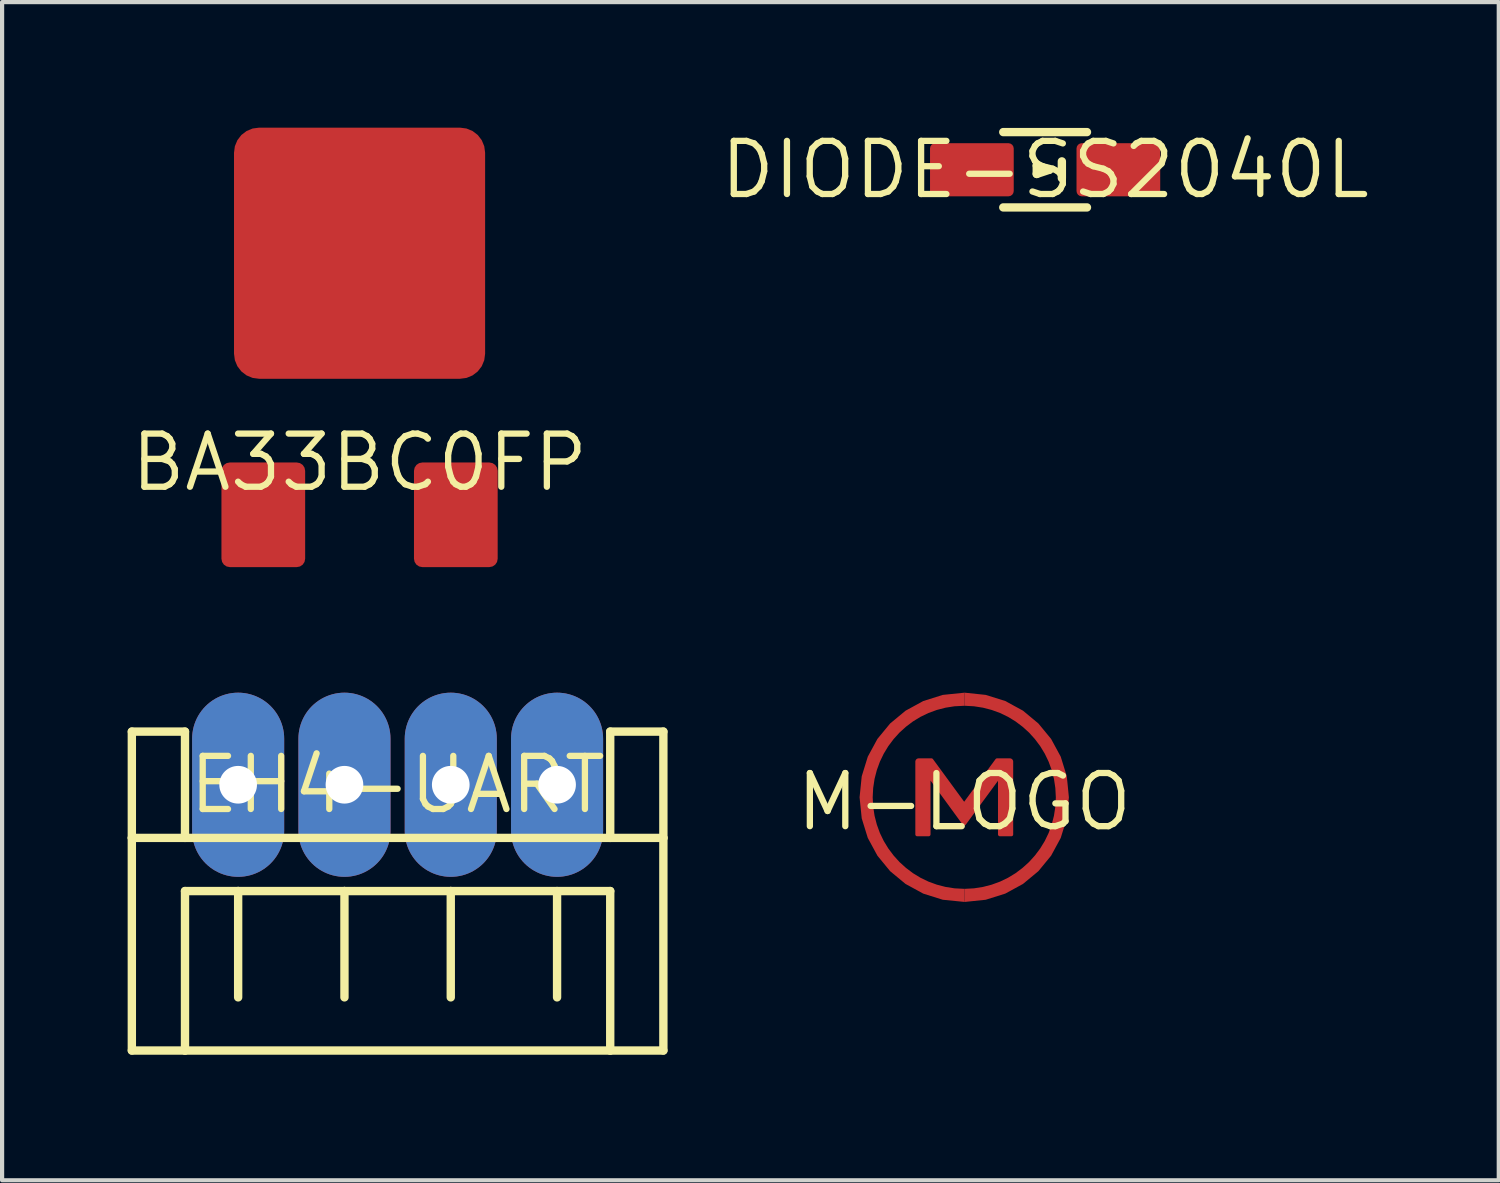
<source format=kicad_pcb>
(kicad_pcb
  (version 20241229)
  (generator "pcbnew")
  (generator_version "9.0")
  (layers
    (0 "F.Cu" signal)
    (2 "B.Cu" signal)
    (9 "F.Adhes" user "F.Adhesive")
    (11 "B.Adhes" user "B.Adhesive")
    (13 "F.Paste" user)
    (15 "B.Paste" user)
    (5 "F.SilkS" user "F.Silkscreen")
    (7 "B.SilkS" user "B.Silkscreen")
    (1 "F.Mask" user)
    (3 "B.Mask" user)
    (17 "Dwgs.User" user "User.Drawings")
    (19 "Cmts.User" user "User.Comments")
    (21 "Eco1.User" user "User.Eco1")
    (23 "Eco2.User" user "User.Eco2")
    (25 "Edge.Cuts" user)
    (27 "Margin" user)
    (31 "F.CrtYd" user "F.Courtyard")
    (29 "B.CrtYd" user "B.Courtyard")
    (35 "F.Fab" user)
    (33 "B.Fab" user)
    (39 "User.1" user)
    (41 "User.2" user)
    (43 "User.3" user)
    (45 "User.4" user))
  (footprint "BA33BC0FP"
    (layer "F.Cu")
    (at 5.541 8)
    (property "Reference" "BA33BC0FP" (at 0 0 0) (layer "F.SilkS") (effects (font (size 1.27 1.27) (thickness 0.15))))
    (pad "GND" smd roundrect (at 0 -5) (size 6 6) (layers "F.Cu" "F.Mask" "F.Paste") (roundrect_rratio 0.1))
    (pad "OUT" smd roundrect (at 2.3 1.25) (size 2 2.5) (layers "F.Cu" "F.Mask" "F.Paste") (roundrect_rratio 0.1))
    (pad "VIN" smd roundrect (at -2.3 1.25) (size 2 2.5) (layers "F.Cu" "F.Mask" "F.Paste") (roundrect_rratio 0.1)))
  (footprint "DIODE-SS2040L"
    (layer "F.Cu")
    (at 21.921 1.006)
    (property "Reference" "DIODE-SS2040L" (at 0 0 0) (layer "F.SilkS") (effects (font (size 1.27 1.27) (thickness 0.15))))
    (fp_line (start -1 -0.9) (end 1 -0.9) (stroke (width 0.2) (type solid)) (layer "F.SilkS"))
    (fp_line (start -1 0.9) (end 1 0.9) (stroke (width 0.2) (type solid)) (layer "F.SilkS"))
    (fp_line (start -0.2 -0.1) (end -0.2 0.1) (stroke (width 0.2) (type solid)) (layer "F.SilkS"))
    (fp_line (start -0.2 0.1) (end 0.1 0) (stroke (width 0.2) (type solid)) (layer "F.SilkS"))
    (fp_line (start 0.1 0) (end -0.2 -0.1) (stroke (width 0.2) (type solid)) (layer "F.SilkS"))
    (fp_line (start 0.4 -0.2) (end 0.4 0.2) (stroke (width 0.2) (type solid)) (layer "F.SilkS"))
    (pad "P$1" smd roundrect (at -1.75 0) (size 2 1.27) (layers "F.Cu" "F.Mask" "F.Paste") (roundrect_rratio 0.1))
    (pad "P$2" smd roundrect (at 1.75 0) (size 2 1.27) (layers "F.Cu" "F.Mask" "F.Paste") (roundrect_rratio 0.1)))
  (footprint "EH4-UART"
    (layer "F.Cu")
    (at 6.45 15.7)
    (property "Reference" "EH4-UART" (at 0 0 0) (layer "F.SilkS") (effects (font (size 1.27 1.27) (thickness 0.15))))
    (fp_line (start -6.35 -1.27) (end -5.08 -1.27) (stroke (width 0.2) (type solid)) (layer "F.SilkS"))
    (fp_line (start -6.35 1.27) (end -6.35 -1.27) (stroke (width 0.2) (type solid)) (layer "F.SilkS"))
    (fp_line (start -6.35 1.27) (end 6.35 1.27) (stroke (width 0.2) (type solid)) (layer "F.SilkS"))
    (fp_line (start -6.35 6.35) (end -6.35 1.27) (stroke (width 0.2) (type solid)) (layer "F.SilkS"))
    (fp_line (start -5.08 -1.27) (end -5.08 1.27) (stroke (width 0.2) (type solid)) (layer "F.SilkS"))
    (fp_line (start -5.08 2.54) (end -3.81 2.54) (stroke (width 0.2) (type solid)) (layer "F.SilkS"))
    (fp_line (start -5.08 6.35) (end -6.35 6.35) (stroke (width 0.2) (type solid)) (layer "F.SilkS"))
    (fp_line (start -5.08 6.35) (end -5.08 2.54) (stroke (width 0.2) (type solid)) (layer "F.SilkS"))
    (fp_line (start -3.81 2.54) (end -1.27 2.54) (stroke (width 0.2) (type solid)) (layer "F.SilkS"))
    (fp_line (start -3.81 5.08) (end -3.81 2.54) (stroke (width 0.2) (type solid)) (layer "F.SilkS"))
    (fp_line (start -1.27 2.54) (end 1.27 2.54) (stroke (width 0.2) (type solid)) (layer "F.SilkS"))
    (fp_line (start -1.27 5.08) (end -1.27 2.54) (stroke (width 0.2) (type solid)) (layer "F.SilkS"))
    (fp_line (start 1.27 2.54) (end 5.08 2.54) (stroke (width 0.2) (type solid)) (layer "F.SilkS"))
    (fp_line (start 1.27 5.08) (end 1.27 2.54) (stroke (width 0.2) (type solid)) (layer "F.SilkS"))
    (fp_line (start 3.81 5.08) (end 3.81 2.54) (stroke (width 0.2) (type solid)) (layer "F.SilkS"))
    (fp_line (start 5.08 -1.27) (end 6.35 -1.27) (stroke (width 0.2) (type solid)) (layer "F.SilkS"))
    (fp_line (start 5.08 1.27) (end 5.08 -1.27) (stroke (width 0.2) (type solid)) (layer "F.SilkS"))
    (fp_line (start 5.08 2.54) (end 5.08 6.35) (stroke (width 0.2) (type solid)) (layer "F.SilkS"))
    (fp_line (start 5.08 6.35) (end -5.08 6.35) (stroke (width 0.2) (type solid)) (layer "F.SilkS"))
    (fp_line (start 6.35 -1.27) (end 6.35 1.27) (stroke (width 0.2) (type solid)) (layer "F.SilkS"))
    (fp_line (start 6.35 1.27) (end 6.35 6.35) (stroke (width 0.2) (type solid)) (layer "F.SilkS"))
    (fp_line (start 6.35 6.35) (end 5.08 6.35) (stroke (width 0.2) (type solid)) (layer "F.SilkS"))
    (pad "1" thru_hole oval (at -3.81 0 90) (size 4.4 2.2) (drill 0.9) (layers "*.Cu" "*.Mask"))
    (pad "2" thru_hole oval (at -1.27 0 90) (size 4.4 2.2) (drill 0.9) (layers "*.Cu" "*.Mask"))
    (pad "3" thru_hole oval (at 1.27 0 90) (size 4.4 2.2) (drill 0.9) (layers "*.Cu" "*.Mask"))
    (pad "4" thru_hole oval (at 3.81 0 90) (size 4.4 2.2) (drill 0.9) (layers "*.Cu" "*.Mask")))
  (footprint "M-LOGO"
    (layer "F.Cu")
    (at 19.989 16.11)
    (property "Reference" "M-LOGO" (at 0 0 0) (layer "F.SilkS") (effects (font (size 1.27 1.27) (thickness 0.15))))
    (fp_poly (pts (xy 0.01 -2.297) (xy -0.232 -2.285) (xy -0.448 -2.251) (xy -0.656 -2.197) (xy -0.856 -2.124) (xy -1.046 -2.032) (xy -1.225 -1.923) (xy -1.392 -1.797) (xy -1.547 -1.657) (xy -1.688 -1.501) (xy -1.814 -1.333) (xy -1.924 -1.152) (xy -2.016 -0.961) (xy -2.089 -0.76) (xy -2.143 -0.551) (xy -2.176 -0.333) (xy -2.188 -0.11) (xy -2.176 0.114) (xy -2.143 0.331) (xy -2.089 0.541) (xy -2.016 0.742) (xy -1.924 0.933) (xy -1.814 1.113) (xy -1.688 1.281) (xy -1.547 1.437) (xy -1.392 1.577) (xy -1.225 1.703) (xy -1.046 1.812) (xy -0.856 1.904) (xy -0.656 1.977) (xy -0.448 2.031) (xy -0.232 2.065) (xy 0.01 2.077) (xy 0.01 2.39) (xy -0.512 2.338) (xy -0.98 2.191) (xy -1.403 1.96) (xy -1.771 1.655) (xy -2.075 1.285) (xy -2.305 0.861) (xy -2.45 0.393) (xy -2.501 -0.11) (xy -2.45 -0.612) (xy -2.305 -1.081) (xy -2.075 -1.505) (xy -1.771 -1.874) (xy -1.403 -2.179) (xy -0.98 -2.41) (xy -0.512 -2.557) (xy 0.01 -2.61)) (stroke (width 0) (type default)) (fill yes) (layer "F.Cu"))
    (fp_poly (pts (xy 0.512 -2.557) (xy 0.98 -2.411) (xy 1.403 -2.18) (xy 1.771 -1.874) (xy 2.075 -1.505) (xy 2.305 -1.081) (xy 2.45 -0.612) (xy 2.5 -0.11) (xy 2.45 0.393) (xy 2.305 0.861) (xy 2.075 1.285) (xy 1.771 1.655) (xy 1.403 1.96) (xy 0.98 2.191) (xy 0.512 2.338) (xy 0.009 2.39) (xy 0.009 2.077) (xy 0.232 2.065) (xy 0.448 2.031) (xy 0.656 1.977) (xy 0.856 1.904) (xy 1.046 1.812) (xy 1.225 1.703) (xy 1.392 1.577) (xy 1.547 1.437) (xy 1.688 1.281) (xy 1.814 1.113) (xy 1.924 0.933) (xy 2.016 0.742) (xy 2.089 0.541) (xy 2.143 0.331) (xy 2.176 0.114) (xy 2.188 -0.11) (xy 2.176 -0.333) (xy 2.143 -0.551) (xy 2.089 -0.76) (xy 2.016 -0.961) (xy 1.924 -1.152) (xy 1.814 -1.333) (xy 1.688 -1.501) (xy 1.547 -1.657) (xy 1.392 -1.797) (xy 1.225 -1.923) (xy 1.046 -2.032) (xy 0.856 -2.124) (xy 0.656 -2.197) (xy 0.448 -2.251) (xy 0.232 -2.285) (xy 0.009 -2.297) (xy 0.009 -2.61)) (stroke (width 0) (type default)) (fill yes) (layer "F.Cu"))
    (fp_poly (pts (xy -0.779 -1.041) (xy -0.774 -1.04) (xy -0.769 -1.038) (xy -0.764 -1.036) (xy -0.76 -1.034) (xy -0.755 -1.03) (xy -0.751 -1.027) (xy -0.748 -1.023) (xy -0.002 -0.004) (xy 0.748 -1.023) (xy 0.752 -1.027) (xy 0.756 -1.03) (xy 0.76 -1.034) (xy 0.765 -1.036) (xy 0.77 -1.038) (xy 0.775 -1.04) (xy 0.78 -1.041) (xy 0.786 -1.041) (xy 1.09 -1.041) (xy 1.107 -1.039) (xy 1.122 -1.034) (xy 1.135 -1.027) (xy 1.147 -1.017) (xy 1.156 -1.005) (xy 1.163 -0.991) (xy 1.168 -0.976) (xy 1.169 -0.961) (xy 1.169 0.776) (xy 1.169 0.78) (xy 1.168 0.785) (xy 1.167 0.789) (xy 1.166 0.793) (xy 1.164 0.797) (xy 1.162 0.801) (xy 1.159 0.805) (xy 1.156 0.808) (xy 1.153 0.811) (xy 1.149 0.814) (xy 1.145 0.816) (xy 1.141 0.818) (xy 1.137 0.819) (xy 1.132 0.82) (xy 1.128 0.821) (xy 1.123 0.821) (xy 0.852 0.821) (xy 0.848 0.821) (xy 0.844 0.82) (xy 0.839 0.819) (xy 0.835 0.818) (xy 0.831 0.816) (xy 0.827 0.814) (xy 0.824 0.811) (xy 0.82 0.808) (xy 0.817 0.805) (xy 0.814 0.801) (xy 0.812 0.797) (xy 0.81 0.793) (xy 0.808 0.789) (xy 0.807 0.785) (xy 0.807 0.78) (xy 0.806 0.776) (xy 0.806 -0.504) (xy 0.422 0.019) (xy 0.325 0.15) (xy 0.036 0.544) (xy 0.032 0.548) (xy 0.029 0.552) (xy 0.024 0.555) (xy 0.02 0.558) (xy 0.015 0.56) (xy 0.009 0.561) (xy 0.004 0.562) (xy -0.002 0.563) (xy -0.007 0.562) (xy -0.012 0.561) (xy -0.017 0.56) (xy -0.022 0.558) (xy -0.027 0.555) (xy -0.031 0.551) (xy -0.035 0.548) (xy -0.038 0.543) (xy -0.711 -0.379) (xy -0.806 -0.51) (xy -0.806 0.776) (xy -0.806 0.78) (xy -0.807 0.785) (xy -0.808 0.789) (xy -0.81 0.793) (xy -0.812 0.797) (xy -0.814 0.801) (xy -0.817 0.805) (xy -0.82 0.808) (xy -0.823 0.811) (xy -0.827 0.814) (xy -0.831 0.816) (xy -0.835 0.818) (xy -0.839 0.819) (xy -0.843 0.82) (xy -0.848 0.821) (xy -0.852 0.821) (xy -1.124 0.821) (xy -1.128 0.821) (xy -1.133 0.82) (xy -1.137 0.819) (xy -1.141 0.818) (xy -1.145 0.816) (xy -1.149 0.814) (xy -1.152 0.811) (xy -1.156 0.808) (xy -1.159 0.805) (xy -1.162 0.801) (xy -1.164 0.797) (xy -1.166 0.793) (xy -1.167 0.789) (xy -1.168 0.785) (xy -1.169 0.78) (xy -1.169 0.776) (xy -1.169 -0.961) (xy -1.168 -0.976) (xy -1.163 -0.991) (xy -1.156 -1.005) (xy -1.147 -1.017) (xy -1.135 -1.027) (xy -1.122 -1.034) (xy -1.106 -1.039) (xy -1.09 -1.041) (xy -0.785 -1.041)) (stroke (width 0) (type default)) (fill yes) (layer "F.Cu"))
    (fp_poly (pts (xy 0.01 -2.297) (xy -0.232 -2.285) (xy -0.448 -2.251) (xy -0.656 -2.197) (xy -0.856 -2.124) (xy -1.046 -2.032) (xy -1.225 -1.923) (xy -1.392 -1.797) (xy -1.547 -1.657) (xy -1.688 -1.501) (xy -1.814 -1.333) (xy -1.924 -1.152) (xy -2.016 -0.961) (xy -2.089 -0.76) (xy -2.143 -0.551) (xy -2.176 -0.333) (xy -2.188 -0.11) (xy -2.176 0.114) (xy -2.143 0.331) (xy -2.089 0.541) (xy -2.016 0.742) (xy -1.924 0.933) (xy -1.814 1.113) (xy -1.688 1.281) (xy -1.547 1.437) (xy -1.392 1.577) (xy -1.225 1.703) (xy -1.046 1.812) (xy -0.856 1.904) (xy -0.656 1.977) (xy -0.448 2.031) (xy -0.232 2.065) (xy 0.01 2.077) (xy 0.01 2.39) (xy -0.512 2.338) (xy -0.98 2.191) (xy -1.403 1.96) (xy -1.771 1.655) (xy -2.075 1.285) (xy -2.305 0.861) (xy -2.45 0.393) (xy -2.501 -0.11) (xy -2.45 -0.612) (xy -2.305 -1.081) (xy -2.075 -1.505) (xy -1.771 -1.874) (xy -1.403 -2.179) (xy -0.98 -2.41) (xy -0.512 -2.557) (xy 0.01 -2.61)) (stroke (width 0) (type default)) (fill yes) (layer "F.Mask"))
    (fp_poly (pts (xy 0.512 -2.557) (xy 0.98 -2.411) (xy 1.403 -2.18) (xy 1.771 -1.874) (xy 2.075 -1.505) (xy 2.305 -1.081) (xy 2.45 -0.612) (xy 2.5 -0.11) (xy 2.45 0.393) (xy 2.305 0.861) (xy 2.075 1.285) (xy 1.771 1.655) (xy 1.403 1.96) (xy 0.98 2.191) (xy 0.512 2.338) (xy 0.009 2.39) (xy 0.009 2.077) (xy 0.232 2.065) (xy 0.448 2.031) (xy 0.656 1.977) (xy 0.856 1.904) (xy 1.046 1.812) (xy 1.225 1.703) (xy 1.392 1.577) (xy 1.547 1.437) (xy 1.688 1.281) (xy 1.814 1.113) (xy 1.924 0.933) (xy 2.016 0.742) (xy 2.089 0.541) (xy 2.143 0.331) (xy 2.176 0.114) (xy 2.188 -0.11) (xy 2.176 -0.333) (xy 2.143 -0.551) (xy 2.089 -0.76) (xy 2.016 -0.961) (xy 1.924 -1.152) (xy 1.814 -1.333) (xy 1.688 -1.501) (xy 1.547 -1.657) (xy 1.392 -1.797) (xy 1.225 -1.923) (xy 1.046 -2.032) (xy 0.856 -2.124) (xy 0.656 -2.197) (xy 0.448 -2.251) (xy 0.232 -2.285) (xy 0.009 -2.297) (xy 0.009 -2.61)) (stroke (width 0) (type default)) (fill yes) (layer "F.Mask"))
    (fp_poly (pts (xy -0.779 -1.041) (xy -0.774 -1.04) (xy -0.769 -1.038) (xy -0.764 -1.036) (xy -0.76 -1.034) (xy -0.755 -1.03) (xy -0.751 -1.027) (xy -0.748 -1.023) (xy -0.002 -0.004) (xy 0.748 -1.023) (xy 0.752 -1.027) (xy 0.756 -1.03) (xy 0.76 -1.034) (xy 0.765 -1.036) (xy 0.77 -1.038) (xy 0.775 -1.04) (xy 0.78 -1.041) (xy 0.786 -1.041) (xy 1.09 -1.041) (xy 1.107 -1.039) (xy 1.122 -1.034) (xy 1.135 -1.027) (xy 1.147 -1.017) (xy 1.156 -1.005) (xy 1.163 -0.991) (xy 1.168 -0.976) (xy 1.169 -0.961) (xy 1.169 0.776) (xy 1.169 0.78) (xy 1.168 0.785) (xy 1.167 0.789) (xy 1.166 0.793) (xy 1.164 0.797) (xy 1.162 0.801) (xy 1.159 0.805) (xy 1.156 0.808) (xy 1.153 0.811) (xy 1.149 0.814) (xy 1.145 0.816) (xy 1.141 0.818) (xy 1.137 0.819) (xy 1.132 0.82) (xy 1.128 0.821) (xy 1.123 0.821) (xy 0.852 0.821) (xy 0.848 0.821) (xy 0.844 0.82) (xy 0.839 0.819) (xy 0.835 0.818) (xy 0.831 0.816) (xy 0.827 0.814) (xy 0.824 0.811) (xy 0.82 0.808) (xy 0.817 0.805) (xy 0.814 0.801) (xy 0.812 0.797) (xy 0.81 0.793) (xy 0.808 0.789) (xy 0.807 0.785) (xy 0.807 0.78) (xy 0.806 0.776) (xy 0.806 -0.504) (xy 0.422 0.019) (xy 0.325 0.15) (xy 0.036 0.544) (xy 0.032 0.548) (xy 0.029 0.552) (xy 0.024 0.555) (xy 0.02 0.558) (xy 0.015 0.56) (xy 0.009 0.561) (xy 0.004 0.562) (xy -0.002 0.563) (xy -0.007 0.562) (xy -0.012 0.561) (xy -0.017 0.56) (xy -0.022 0.558) (xy -0.027 0.555) (xy -0.031 0.551) (xy -0.035 0.548) (xy -0.038 0.543) (xy -0.711 -0.379) (xy -0.806 -0.51) (xy -0.806 0.776) (xy -0.806 0.78) (xy -0.807 0.785) (xy -0.808 0.789) (xy -0.81 0.793) (xy -0.812 0.797) (xy -0.814 0.801) (xy -0.817 0.805) (xy -0.82 0.808) (xy -0.823 0.811) (xy -0.827 0.814) (xy -0.831 0.816) (xy -0.835 0.818) (xy -0.839 0.819) (xy -0.843 0.82) (xy -0.848 0.821) (xy -0.852 0.821) (xy -1.124 0.821) (xy -1.128 0.821) (xy -1.133 0.82) (xy -1.137 0.819) (xy -1.141 0.818) (xy -1.145 0.816) (xy -1.149 0.814) (xy -1.152 0.811) (xy -1.156 0.808) (xy -1.159 0.805) (xy -1.162 0.801) (xy -1.164 0.797) (xy -1.166 0.793) (xy -1.167 0.789) (xy -1.168 0.785) (xy -1.169 0.78) (xy -1.169 0.776) (xy -1.169 -0.961) (xy -1.168 -0.976) (xy -1.163 -0.991) (xy -1.156 -1.005) (xy -1.147 -1.017) (xy -1.135 -1.027) (xy -1.122 -1.034) (xy -1.106 -1.039) (xy -1.09 -1.041) (xy -0.785 -1.041)) (stroke (width 0) (type default)) (fill yes) (layer "F.Mask"))
    (pad "P$1" smd rect (at -0.468 -2.396) (size 0.2 0.2) (layers "F.Cu"))
    (pad "P$2" smd rect (at 0.548 -2.396) (size 0.2 0.2) (layers "F.Cu")))
  (gr_rect
    (start -3 -3)
    (end 32.76 25.15)
    (stroke (width 0.1) (type default))
    (fill no)
    (layer "Edge.Cuts")))
</source>
